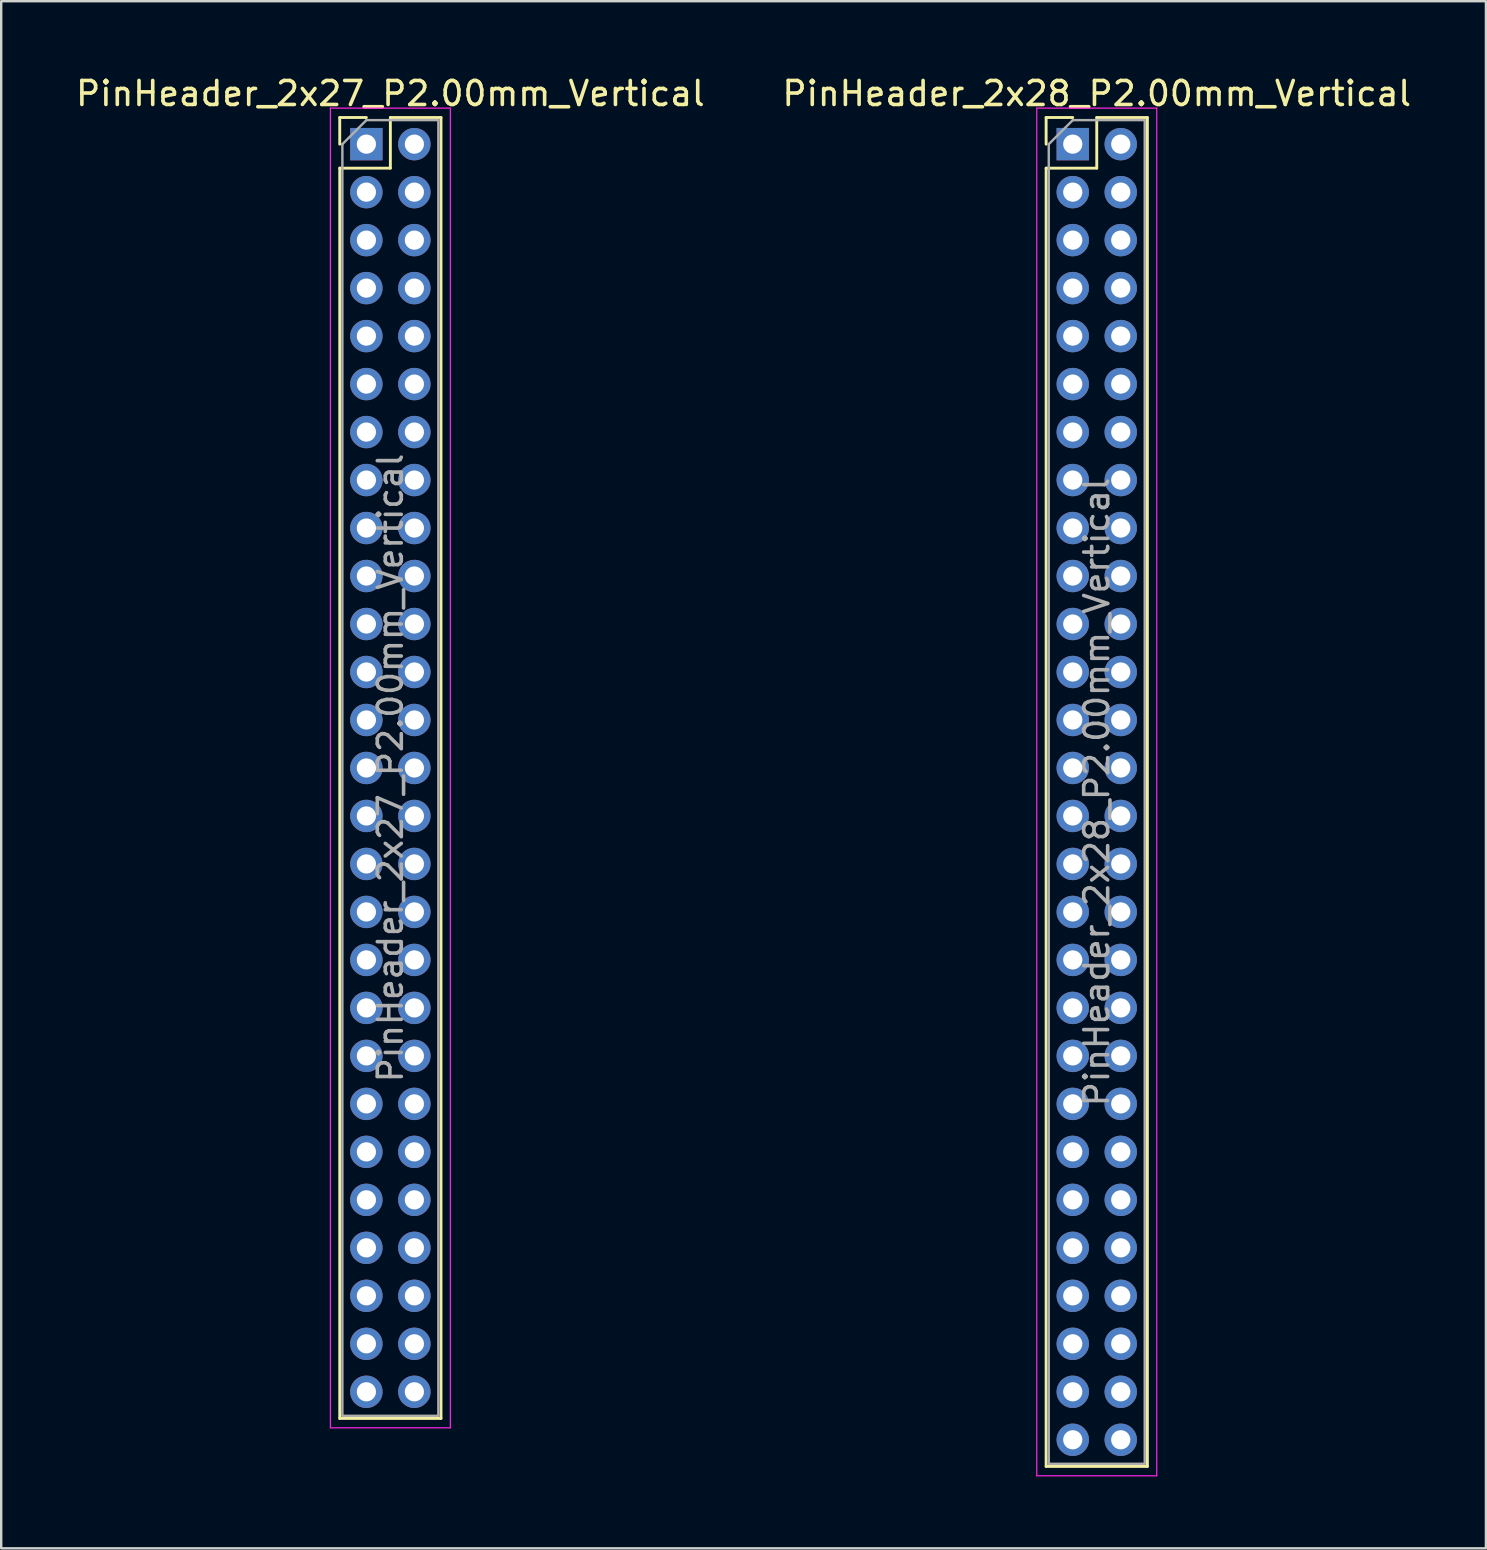
<source format=kicad_pcb>
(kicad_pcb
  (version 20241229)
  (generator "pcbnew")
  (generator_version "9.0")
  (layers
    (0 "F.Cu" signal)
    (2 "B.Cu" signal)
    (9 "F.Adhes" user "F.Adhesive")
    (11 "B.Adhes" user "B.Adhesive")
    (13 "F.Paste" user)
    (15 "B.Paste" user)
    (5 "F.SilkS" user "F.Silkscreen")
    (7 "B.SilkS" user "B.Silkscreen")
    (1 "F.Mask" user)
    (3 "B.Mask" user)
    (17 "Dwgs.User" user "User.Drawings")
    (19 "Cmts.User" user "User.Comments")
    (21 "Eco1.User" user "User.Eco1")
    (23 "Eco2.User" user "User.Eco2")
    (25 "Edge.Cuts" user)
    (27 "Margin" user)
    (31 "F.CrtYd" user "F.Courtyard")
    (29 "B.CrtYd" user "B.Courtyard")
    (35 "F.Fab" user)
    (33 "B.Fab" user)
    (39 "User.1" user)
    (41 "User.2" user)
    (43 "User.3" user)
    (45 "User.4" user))
  (footprint "PinHeader_2x27_P2.00mm_Vertical"
    (layer "F.Cu")
    (at 12.22 2.958)
    (property "Reference" "PinHeader_2x27_P2.00mm_Vertical" (at 1 -2.11 0) (layer "F.SilkS") (effects (font (size 1 1) (thickness 0.15))))
    (attr through_hole)
    (fp_line (start -1.11 -1.11) (end 0 -1.11) (stroke (width 0.12) (type solid)) (layer "F.SilkS"))
    (fp_line (start -1.11 0) (end -1.11 -1.11) (stroke (width 0.12) (type solid)) (layer "F.SilkS"))
    (fp_line (start -1.11 1) (end -1.11 53.11) (stroke (width 0.12) (type solid)) (layer "F.SilkS"))
    (fp_line (start -1.11 1) (end 1 1) (stroke (width 0.12) (type solid)) (layer "F.SilkS"))
    (fp_line (start -1.11 53.11) (end 3.11 53.11) (stroke (width 0.12) (type solid)) (layer "F.SilkS"))
    (fp_line (start 1 -1.11) (end 3.11 -1.11) (stroke (width 0.12) (type solid)) (layer "F.SilkS"))
    (fp_line (start 1 1) (end 1 -1.11) (stroke (width 0.12) (type solid)) (layer "F.SilkS"))
    (fp_line (start 3.11 -1.11) (end 3.11 53.11) (stroke (width 0.12) (type solid)) (layer "F.SilkS"))
    (fp_line (start -1.5 -1.5) (end -1.5 53.5) (stroke (width 0.05) (type solid)) (layer "F.CrtYd"))
    (fp_line (start -1.5 53.5) (end 3.5 53.5) (stroke (width 0.05) (type solid)) (layer "F.CrtYd"))
    (fp_line (start 3.5 -1.5) (end -1.5 -1.5) (stroke (width 0.05) (type solid)) (layer "F.CrtYd"))
    (fp_line (start 3.5 53.5) (end 3.5 -1.5) (stroke (width 0.05) (type solid)) (layer "F.CrtYd"))
    (fp_line (start -1 0) (end 0 -1) (stroke (width 0.1) (type solid)) (layer "F.Fab"))
    (fp_line (start -1 53) (end -1 0) (stroke (width 0.1) (type solid)) (layer "F.Fab"))
    (fp_line (start 0 -1) (end 3 -1) (stroke (width 0.1) (type solid)) (layer "F.Fab"))
    (fp_line (start 3 -1) (end 3 53) (stroke (width 0.1) (type solid)) (layer "F.Fab"))
    (fp_line (start 3 53) (end -1 53) (stroke (width 0.1) (type solid)) (layer "F.Fab"))
    (fp_text user "${REFERENCE}" (at 1 26 90) (layer "F.Fab") (effects (font (size 1 1) (thickness 0.15))))
    (pad "1" thru_hole rect (at 0 0) (size 1.35 1.35) (drill 0.8) (layers "*.Cu" "*.Mask"))
    (pad "2" thru_hole circle (at 2 0) (size 1.35 1.35) (drill 0.8) (layers "*.Cu" "*.Mask"))
    (pad "3" thru_hole circle (at 0 2) (size 1.35 1.35) (drill 0.8) (layers "*.Cu" "*.Mask"))
    (pad "4" thru_hole circle (at 2 2) (size 1.35 1.35) (drill 0.8) (layers "*.Cu" "*.Mask"))
    (pad "5" thru_hole circle (at 0 4) (size 1.35 1.35) (drill 0.8) (layers "*.Cu" "*.Mask"))
    (pad "6" thru_hole circle (at 2 4) (size 1.35 1.35) (drill 0.8) (layers "*.Cu" "*.Mask"))
    (pad "7" thru_hole circle (at 0 6) (size 1.35 1.35) (drill 0.8) (layers "*.Cu" "*.Mask"))
    (pad "8" thru_hole circle (at 2 6) (size 1.35 1.35) (drill 0.8) (layers "*.Cu" "*.Mask"))
    (pad "9" thru_hole circle (at 0 8) (size 1.35 1.35) (drill 0.8) (layers "*.Cu" "*.Mask"))
    (pad "10" thru_hole circle (at 2 8) (size 1.35 1.35) (drill 0.8) (layers "*.Cu" "*.Mask"))
    (pad "11" thru_hole circle (at 0 10) (size 1.35 1.35) (drill 0.8) (layers "*.Cu" "*.Mask"))
    (pad "12" thru_hole circle (at 2 10) (size 1.35 1.35) (drill 0.8) (layers "*.Cu" "*.Mask"))
    (pad "13" thru_hole circle (at 0 12) (size 1.35 1.35) (drill 0.8) (layers "*.Cu" "*.Mask"))
    (pad "14" thru_hole circle (at 2 12) (size 1.35 1.35) (drill 0.8) (layers "*.Cu" "*.Mask"))
    (pad "15" thru_hole circle (at 0 14) (size 1.35 1.35) (drill 0.8) (layers "*.Cu" "*.Mask"))
    (pad "16" thru_hole circle (at 2 14) (size 1.35 1.35) (drill 0.8) (layers "*.Cu" "*.Mask"))
    (pad "17" thru_hole circle (at 0 16) (size 1.35 1.35) (drill 0.8) (layers "*.Cu" "*.Mask"))
    (pad "18" thru_hole circle (at 2 16) (size 1.35 1.35) (drill 0.8) (layers "*.Cu" "*.Mask"))
    (pad "19" thru_hole circle (at 0 18) (size 1.35 1.35) (drill 0.8) (layers "*.Cu" "*.Mask"))
    (pad "20" thru_hole circle (at 2 18) (size 1.35 1.35) (drill 0.8) (layers "*.Cu" "*.Mask"))
    (pad "21" thru_hole circle (at 0 20) (size 1.35 1.35) (drill 0.8) (layers "*.Cu" "*.Mask"))
    (pad "22" thru_hole circle (at 2 20) (size 1.35 1.35) (drill 0.8) (layers "*.Cu" "*.Mask"))
    (pad "23" thru_hole circle (at 0 22) (size 1.35 1.35) (drill 0.8) (layers "*.Cu" "*.Mask"))
    (pad "24" thru_hole circle (at 2 22) (size 1.35 1.35) (drill 0.8) (layers "*.Cu" "*.Mask"))
    (pad "25" thru_hole circle (at 0 24) (size 1.35 1.35) (drill 0.8) (layers "*.Cu" "*.Mask"))
    (pad "26" thru_hole circle (at 2 24) (size 1.35 1.35) (drill 0.8) (layers "*.Cu" "*.Mask"))
    (pad "27" thru_hole circle (at 0 26) (size 1.35 1.35) (drill 0.8) (layers "*.Cu" "*.Mask"))
    (pad "28" thru_hole circle (at 2 26) (size 1.35 1.35) (drill 0.8) (layers "*.Cu" "*.Mask"))
    (pad "29" thru_hole circle (at 0 28) (size 1.35 1.35) (drill 0.8) (layers "*.Cu" "*.Mask"))
    (pad "30" thru_hole circle (at 2 28) (size 1.35 1.35) (drill 0.8) (layers "*.Cu" "*.Mask"))
    (pad "31" thru_hole circle (at 0 30) (size 1.35 1.35) (drill 0.8) (layers "*.Cu" "*.Mask"))
    (pad "32" thru_hole circle (at 2 30) (size 1.35 1.35) (drill 0.8) (layers "*.Cu" "*.Mask"))
    (pad "33" thru_hole circle (at 0 32) (size 1.35 1.35) (drill 0.8) (layers "*.Cu" "*.Mask"))
    (pad "34" thru_hole circle (at 2 32) (size 1.35 1.35) (drill 0.8) (layers "*.Cu" "*.Mask"))
    (pad "35" thru_hole circle (at 0 34) (size 1.35 1.35) (drill 0.8) (layers "*.Cu" "*.Mask"))
    (pad "36" thru_hole circle (at 2 34) (size 1.35 1.35) (drill 0.8) (layers "*.Cu" "*.Mask"))
    (pad "37" thru_hole circle (at 0 36) (size 1.35 1.35) (drill 0.8) (layers "*.Cu" "*.Mask"))
    (pad "38" thru_hole circle (at 2 36) (size 1.35 1.35) (drill 0.8) (layers "*.Cu" "*.Mask"))
    (pad "39" thru_hole circle (at 0 38) (size 1.35 1.35) (drill 0.8) (layers "*.Cu" "*.Mask"))
    (pad "40" thru_hole circle (at 2 38) (size 1.35 1.35) (drill 0.8) (layers "*.Cu" "*.Mask"))
    (pad "41" thru_hole circle (at 0 40) (size 1.35 1.35) (drill 0.8) (layers "*.Cu" "*.Mask"))
    (pad "42" thru_hole circle (at 2 40) (size 1.35 1.35) (drill 0.8) (layers "*.Cu" "*.Mask"))
    (pad "43" thru_hole circle (at 0 42) (size 1.35 1.35) (drill 0.8) (layers "*.Cu" "*.Mask"))
    (pad "44" thru_hole circle (at 2 42) (size 1.35 1.35) (drill 0.8) (layers "*.Cu" "*.Mask"))
    (pad "45" thru_hole circle (at 0 44) (size 1.35 1.35) (drill 0.8) (layers "*.Cu" "*.Mask"))
    (pad "46" thru_hole circle (at 2 44) (size 1.35 1.35) (drill 0.8) (layers "*.Cu" "*.Mask"))
    (pad "47" thru_hole circle (at 0 46) (size 1.35 1.35) (drill 0.8) (layers "*.Cu" "*.Mask"))
    (pad "48" thru_hole circle (at 2 46) (size 1.35 1.35) (drill 0.8) (layers "*.Cu" "*.Mask"))
    (pad "49" thru_hole circle (at 0 48) (size 1.35 1.35) (drill 0.8) (layers "*.Cu" "*.Mask"))
    (pad "50" thru_hole circle (at 2 48) (size 1.35 1.35) (drill 0.8) (layers "*.Cu" "*.Mask"))
    (pad "51" thru_hole circle (at 0 50) (size 1.35 1.35) (drill 0.8) (layers "*.Cu" "*.Mask"))
    (pad "52" thru_hole circle (at 2 50) (size 1.35 1.35) (drill 0.8) (layers "*.Cu" "*.Mask"))
    (pad "53" thru_hole circle (at 0 52) (size 1.35 1.35) (drill 0.8) (layers "*.Cu" "*.Mask"))
    (pad "54" thru_hole circle (at 2 52) (size 1.35 1.35) (drill 0.8) (layers "*.Cu" "*.Mask")))
  (footprint "PinHeader_2x28_P2.00mm_Vertical"
    (layer "F.Cu")
    (at 41.661 2.958)
    (property "Reference" "PinHeader_2x28_P2.00mm_Vertical" (at 1 -2.11 0) (layer "F.SilkS") (effects (font (size 1 1) (thickness 0.15))))
    (attr through_hole)
    (fp_line (start -1.11 -1.11) (end 0 -1.11) (stroke (width 0.12) (type solid)) (layer "F.SilkS"))
    (fp_line (start -1.11 0) (end -1.11 -1.11) (stroke (width 0.12) (type solid)) (layer "F.SilkS"))
    (fp_line (start -1.11 1) (end -1.11 55.11) (stroke (width 0.12) (type solid)) (layer "F.SilkS"))
    (fp_line (start -1.11 1) (end 1 1) (stroke (width 0.12) (type solid)) (layer "F.SilkS"))
    (fp_line (start -1.11 55.11) (end 3.11 55.11) (stroke (width 0.12) (type solid)) (layer "F.SilkS"))
    (fp_line (start 1 -1.11) (end 3.11 -1.11) (stroke (width 0.12) (type solid)) (layer "F.SilkS"))
    (fp_line (start 1 1) (end 1 -1.11) (stroke (width 0.12) (type solid)) (layer "F.SilkS"))
    (fp_line (start 3.11 -1.11) (end 3.11 55.11) (stroke (width 0.12) (type solid)) (layer "F.SilkS"))
    (fp_line (start -1.5 -1.5) (end -1.5 55.5) (stroke (width 0.05) (type solid)) (layer "F.CrtYd"))
    (fp_line (start -1.5 55.5) (end 3.5 55.5) (stroke (width 0.05) (type solid)) (layer "F.CrtYd"))
    (fp_line (start 3.5 -1.5) (end -1.5 -1.5) (stroke (width 0.05) (type solid)) (layer "F.CrtYd"))
    (fp_line (start 3.5 55.5) (end 3.5 -1.5) (stroke (width 0.05) (type solid)) (layer "F.CrtYd"))
    (fp_line (start -1 0) (end 0 -1) (stroke (width 0.1) (type solid)) (layer "F.Fab"))
    (fp_line (start -1 55) (end -1 0) (stroke (width 0.1) (type solid)) (layer "F.Fab"))
    (fp_line (start 0 -1) (end 3 -1) (stroke (width 0.1) (type solid)) (layer "F.Fab"))
    (fp_line (start 3 -1) (end 3 55) (stroke (width 0.1) (type solid)) (layer "F.Fab"))
    (fp_line (start 3 55) (end -1 55) (stroke (width 0.1) (type solid)) (layer "F.Fab"))
    (fp_text user "${REFERENCE}" (at 1 27 90) (layer "F.Fab") (effects (font (size 1 1) (thickness 0.15))))
    (pad "1" thru_hole rect (at 0 0) (size 1.35 1.35) (drill 0.8) (layers "*.Cu" "*.Mask"))
    (pad "2" thru_hole circle (at 2 0) (size 1.35 1.35) (drill 0.8) (layers "*.Cu" "*.Mask"))
    (pad "3" thru_hole circle (at 0 2) (size 1.35 1.35) (drill 0.8) (layers "*.Cu" "*.Mask"))
    (pad "4" thru_hole circle (at 2 2) (size 1.35 1.35) (drill 0.8) (layers "*.Cu" "*.Mask"))
    (pad "5" thru_hole circle (at 0 4) (size 1.35 1.35) (drill 0.8) (layers "*.Cu" "*.Mask"))
    (pad "6" thru_hole circle (at 2 4) (size 1.35 1.35) (drill 0.8) (layers "*.Cu" "*.Mask"))
    (pad "7" thru_hole circle (at 0 6) (size 1.35 1.35) (drill 0.8) (layers "*.Cu" "*.Mask"))
    (pad "8" thru_hole circle (at 2 6) (size 1.35 1.35) (drill 0.8) (layers "*.Cu" "*.Mask"))
    (pad "9" thru_hole circle (at 0 8) (size 1.35 1.35) (drill 0.8) (layers "*.Cu" "*.Mask"))
    (pad "10" thru_hole circle (at 2 8) (size 1.35 1.35) (drill 0.8) (layers "*.Cu" "*.Mask"))
    (pad "11" thru_hole circle (at 0 10) (size 1.35 1.35) (drill 0.8) (layers "*.Cu" "*.Mask"))
    (pad "12" thru_hole circle (at 2 10) (size 1.35 1.35) (drill 0.8) (layers "*.Cu" "*.Mask"))
    (pad "13" thru_hole circle (at 0 12) (size 1.35 1.35) (drill 0.8) (layers "*.Cu" "*.Mask"))
    (pad "14" thru_hole circle (at 2 12) (size 1.35 1.35) (drill 0.8) (layers "*.Cu" "*.Mask"))
    (pad "15" thru_hole circle (at 0 14) (size 1.35 1.35) (drill 0.8) (layers "*.Cu" "*.Mask"))
    (pad "16" thru_hole circle (at 2 14) (size 1.35 1.35) (drill 0.8) (layers "*.Cu" "*.Mask"))
    (pad "17" thru_hole circle (at 0 16) (size 1.35 1.35) (drill 0.8) (layers "*.Cu" "*.Mask"))
    (pad "18" thru_hole circle (at 2 16) (size 1.35 1.35) (drill 0.8) (layers "*.Cu" "*.Mask"))
    (pad "19" thru_hole circle (at 0 18) (size 1.35 1.35) (drill 0.8) (layers "*.Cu" "*.Mask"))
    (pad "20" thru_hole circle (at 2 18) (size 1.35 1.35) (drill 0.8) (layers "*.Cu" "*.Mask"))
    (pad "21" thru_hole circle (at 0 20) (size 1.35 1.35) (drill 0.8) (layers "*.Cu" "*.Mask"))
    (pad "22" thru_hole circle (at 2 20) (size 1.35 1.35) (drill 0.8) (layers "*.Cu" "*.Mask"))
    (pad "23" thru_hole circle (at 0 22) (size 1.35 1.35) (drill 0.8) (layers "*.Cu" "*.Mask"))
    (pad "24" thru_hole circle (at 2 22) (size 1.35 1.35) (drill 0.8) (layers "*.Cu" "*.Mask"))
    (pad "25" thru_hole circle (at 0 24) (size 1.35 1.35) (drill 0.8) (layers "*.Cu" "*.Mask"))
    (pad "26" thru_hole circle (at 2 24) (size 1.35 1.35) (drill 0.8) (layers "*.Cu" "*.Mask"))
    (pad "27" thru_hole circle (at 0 26) (size 1.35 1.35) (drill 0.8) (layers "*.Cu" "*.Mask"))
    (pad "28" thru_hole circle (at 2 26) (size 1.35 1.35) (drill 0.8) (layers "*.Cu" "*.Mask"))
    (pad "29" thru_hole circle (at 0 28) (size 1.35 1.35) (drill 0.8) (layers "*.Cu" "*.Mask"))
    (pad "30" thru_hole circle (at 2 28) (size 1.35 1.35) (drill 0.8) (layers "*.Cu" "*.Mask"))
    (pad "31" thru_hole circle (at 0 30) (size 1.35 1.35) (drill 0.8) (layers "*.Cu" "*.Mask"))
    (pad "32" thru_hole circle (at 2 30) (size 1.35 1.35) (drill 0.8) (layers "*.Cu" "*.Mask"))
    (pad "33" thru_hole circle (at 0 32) (size 1.35 1.35) (drill 0.8) (layers "*.Cu" "*.Mask"))
    (pad "34" thru_hole circle (at 2 32) (size 1.35 1.35) (drill 0.8) (layers "*.Cu" "*.Mask"))
    (pad "35" thru_hole circle (at 0 34) (size 1.35 1.35) (drill 0.8) (layers "*.Cu" "*.Mask"))
    (pad "36" thru_hole circle (at 2 34) (size 1.35 1.35) (drill 0.8) (layers "*.Cu" "*.Mask"))
    (pad "37" thru_hole circle (at 0 36) (size 1.35 1.35) (drill 0.8) (layers "*.Cu" "*.Mask"))
    (pad "38" thru_hole circle (at 2 36) (size 1.35 1.35) (drill 0.8) (layers "*.Cu" "*.Mask"))
    (pad "39" thru_hole circle (at 0 38) (size 1.35 1.35) (drill 0.8) (layers "*.Cu" "*.Mask"))
    (pad "40" thru_hole circle (at 2 38) (size 1.35 1.35) (drill 0.8) (layers "*.Cu" "*.Mask"))
    (pad "41" thru_hole circle (at 0 40) (size 1.35 1.35) (drill 0.8) (layers "*.Cu" "*.Mask"))
    (pad "42" thru_hole circle (at 2 40) (size 1.35 1.35) (drill 0.8) (layers "*.Cu" "*.Mask"))
    (pad "43" thru_hole circle (at 0 42) (size 1.35 1.35) (drill 0.8) (layers "*.Cu" "*.Mask"))
    (pad "44" thru_hole circle (at 2 42) (size 1.35 1.35) (drill 0.8) (layers "*.Cu" "*.Mask"))
    (pad "45" thru_hole circle (at 0 44) (size 1.35 1.35) (drill 0.8) (layers "*.Cu" "*.Mask"))
    (pad "46" thru_hole circle (at 2 44) (size 1.35 1.35) (drill 0.8) (layers "*.Cu" "*.Mask"))
    (pad "47" thru_hole circle (at 0 46) (size 1.35 1.35) (drill 0.8) (layers "*.Cu" "*.Mask"))
    (pad "48" thru_hole circle (at 2 46) (size 1.35 1.35) (drill 0.8) (layers "*.Cu" "*.Mask"))
    (pad "49" thru_hole circle (at 0 48) (size 1.35 1.35) (drill 0.8) (layers "*.Cu" "*.Mask"))
    (pad "50" thru_hole circle (at 2 48) (size 1.35 1.35) (drill 0.8) (layers "*.Cu" "*.Mask"))
    (pad "51" thru_hole circle (at 0 50) (size 1.35 1.35) (drill 0.8) (layers "*.Cu" "*.Mask"))
    (pad "52" thru_hole circle (at 2 50) (size 1.35 1.35) (drill 0.8) (layers "*.Cu" "*.Mask"))
    (pad "53" thru_hole circle (at 0 52) (size 1.35 1.35) (drill 0.8) (layers "*.Cu" "*.Mask"))
    (pad "54" thru_hole circle (at 2 52) (size 1.35 1.35) (drill 0.8) (layers "*.Cu" "*.Mask"))
    (pad "55" thru_hole circle (at 0 54) (size 1.35 1.35) (drill 0.8) (layers "*.Cu" "*.Mask"))
    (pad "56" thru_hole circle (at 2 54) (size 1.35 1.35) (drill 0.8) (layers "*.Cu" "*.Mask")))
  (gr_rect
    (start -3 -3)
    (end 58.881 61.483)
    (stroke (width 0.1) (type default))
    (fill no)
    (layer "Edge.Cuts")))
</source>
